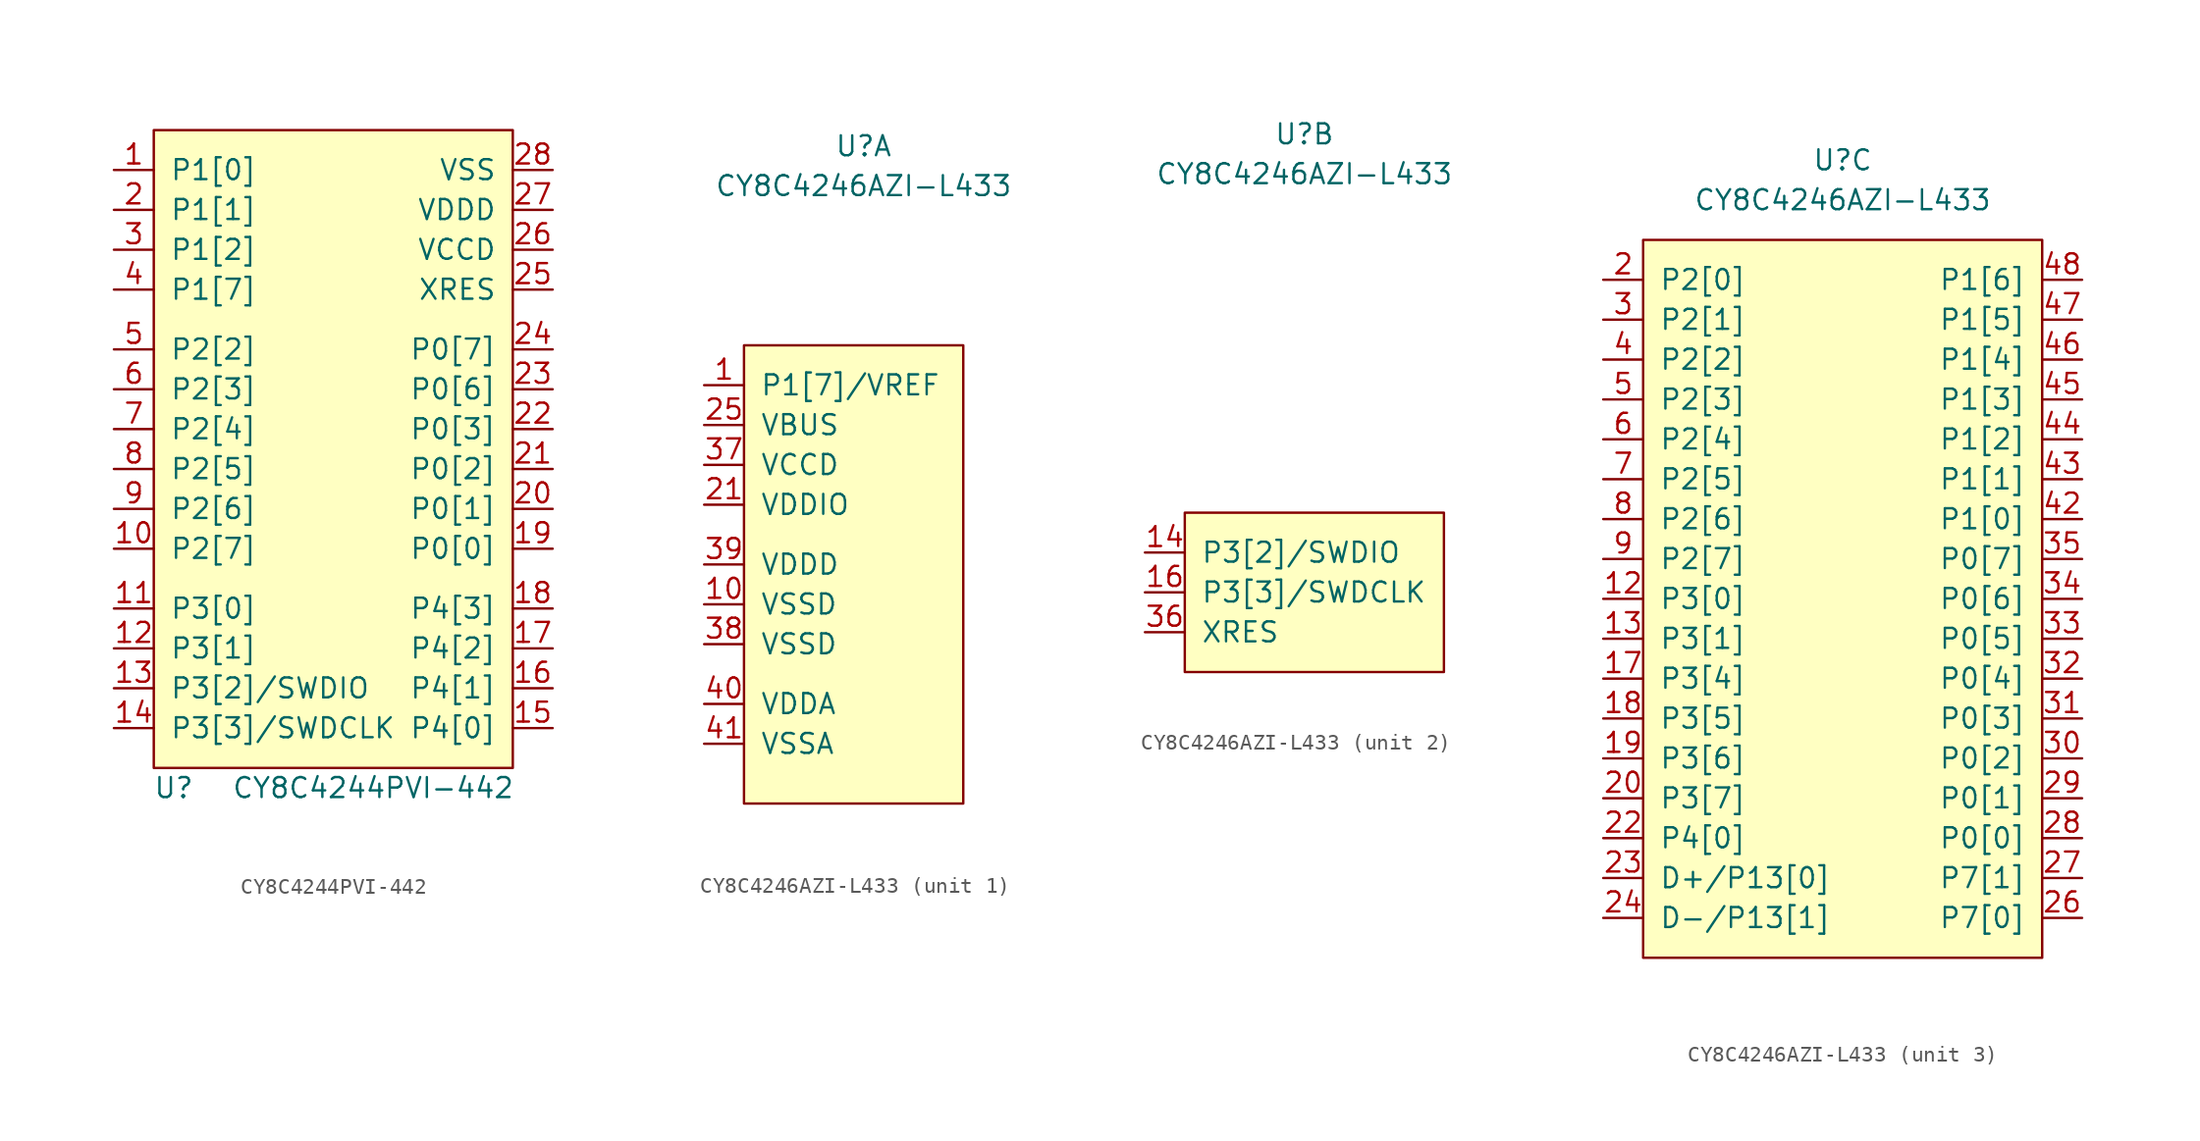
<source format=kicad_sym>
(kicad_symbol_lib
  (version 20211014)
  (generator kicad_symbol_editor)
  (symbol "CY8C4244PVI-442"
    (pin_names
      (offset 1.016))
    (property "Reference" "U"
      (at -10.16 -21.59 0)
      (effects (font (size 1.27 1.27))))
    (property "Value" "CY8C4244PVI-442"
      (at 2.54 -21.59 0)
      (effects (font (size 1.27 1.27))))
    (symbol "CY8C4244PVI-442_0_0"
      (rectangle (start -11.43 20.32) (end 11.43 -20.32) (stroke (width 0) (type default) (color 0 0 0 0)) (fill (type background))))
    (symbol "CY8C4244PVI-442_1_1"
      (pin bidirectional line (at -13.97 17.78 0) (length 2.54) (name "P1[0]" (effects (font (size 1.27 1.27)))) (number "1" (effects (font (size 1.27 1.27)))))
      (pin bidirectional line (at -13.97 -6.35 0) (length 2.54) (name "P2[7]" (effects (font (size 1.27 1.27)))) (number "10" (effects (font (size 1.27 1.27)))))
      (pin bidirectional line (at -13.97 -10.16 0) (length 2.54) (name "P3[0]" (effects (font (size 1.27 1.27)))) (number "11" (effects (font (size 1.27 1.27)))))
      (pin bidirectional line (at -13.97 -12.7 0) (length 2.54) (name "P3[1]" (effects (font (size 1.27 1.27)))) (number "12" (effects (font (size 1.27 1.27)))))
      (pin bidirectional line (at -13.97 -15.24 0) (length 2.54) (name "P3[2]/SWDIO" (effects (font (size 1.27 1.27)))) (number "13" (effects (font (size 1.27 1.27)))))
      (pin bidirectional line (at -13.97 -17.78 0) (length 2.54) (name "P3[3]/SWDCLK" (effects (font (size 1.27 1.27)))) (number "14" (effects (font (size 1.27 1.27)))))
      (pin bidirectional line (at 13.97 -17.78 180) (length 2.54) (name "P4[0]" (effects (font (size 1.27 1.27)))) (number "15" (effects (font (size 1.27 1.27)))))
      (pin bidirectional line (at 13.97 -15.24 180) (length 2.54) (name "P4[1]" (effects (font (size 1.27 1.27)))) (number "16" (effects (font (size 1.27 1.27)))))
      (pin bidirectional line (at 13.97 -12.7 180) (length 2.54) (name "P4[2]" (effects (font (size 1.27 1.27)))) (number "17" (effects (font (size 1.27 1.27)))))
      (pin bidirectional line (at 13.97 -10.16 180) (length 2.54) (name "P4[3]" (effects (font (size 1.27 1.27)))) (number "18" (effects (font (size 1.27 1.27)))))
      (pin bidirectional line (at 13.97 -6.35 180) (length 2.54) (name "P0[0]" (effects (font (size 1.27 1.27)))) (number "19" (effects (font (size 1.27 1.27)))))
      (pin bidirectional line (at -13.97 15.24 0) (length 2.54) (name "P1[1]" (effects (font (size 1.27 1.27)))) (number "2" (effects (font (size 1.27 1.27)))))
      (pin bidirectional line (at 13.97 -3.81 180) (length 2.54) (name "P0[1]" (effects (font (size 1.27 1.27)))) (number "20" (effects (font (size 1.27 1.27)))))
      (pin bidirectional line (at 13.97 -1.27 180) (length 2.54) (name "P0[2]" (effects (font (size 1.27 1.27)))) (number "21" (effects (font (size 1.27 1.27)))))
      (pin bidirectional line (at 13.97 1.27 180) (length 2.54) (name "P0[3]" (effects (font (size 1.27 1.27)))) (number "22" (effects (font (size 1.27 1.27)))))
      (pin bidirectional line (at 13.97 3.81 180) (length 2.54) (name "P0[6]" (effects (font (size 1.27 1.27)))) (number "23" (effects (font (size 1.27 1.27)))))
      (pin bidirectional line (at 13.97 6.35 180) (length 2.54) (name "P0[7]" (effects (font (size 1.27 1.27)))) (number "24" (effects (font (size 1.27 1.27)))))
      (pin input line (at 13.97 10.16 180) (length 2.54) (name "XRES" (effects (font (size 1.27 1.27)))) (number "25" (effects (font (size 1.27 1.27)))))
      (pin power_in line (at 13.97 12.7 180) (length 2.54) (name "VCCD" (effects (font (size 1.27 1.27)))) (number "26" (effects (font (size 1.27 1.27)))))
      (pin power_in line (at 13.97 15.24 180) (length 2.54) (name "VDDD" (effects (font (size 1.27 1.27)))) (number "27" (effects (font (size 1.27 1.27)))))
      (pin power_in line (at 13.97 17.78 180) (length 2.54) (name "VSS" (effects (font (size 1.27 1.27)))) (number "28" (effects (font (size 1.27 1.27)))))
      (pin bidirectional line (at -13.97 12.7 0) (length 2.54) (name "P1[2]" (effects (font (size 1.27 1.27)))) (number "3" (effects (font (size 1.27 1.27)))))
      (pin bidirectional line (at -13.97 10.16 0) (length 2.54) (name "P1[7]" (effects (font (size 1.27 1.27)))) (number "4" (effects (font (size 1.27 1.27)))))
      (pin bidirectional line (at -13.97 6.35 0) (length 2.54) (name "P2[2]" (effects (font (size 1.27 1.27)))) (number "5" (effects (font (size 1.27 1.27)))))
      (pin bidirectional line (at -13.97 3.81 0) (length 2.54) (name "P2[3]" (effects (font (size 1.27 1.27)))) (number "6" (effects (font (size 1.27 1.27)))))
      (pin bidirectional line (at -13.97 1.27 0) (length 2.54) (name "P2[4]" (effects (font (size 1.27 1.27)))) (number "7" (effects (font (size 1.27 1.27)))))
      (pin bidirectional line (at -13.97 -1.27 0) (length 2.54) (name "P2[5]" (effects (font (size 1.27 1.27)))) (number "8" (effects (font (size 1.27 1.27)))))
      (pin bidirectional line (at -13.97 -3.81 0) (length 2.54) (name "P2[6]" (effects (font (size 1.27 1.27)))) (number "9" (effects (font (size 1.27 1.27)))))))
  (symbol "CY8C4246AZI-L433"
    (pin_names
      (offset 1.016))
    (property "Reference" "U"
      (at 0 29.21 0)
      (effects (font (size 1.27 1.27))))
    (property "Value" "CY8C4246AZI-L433"
      (at 0 26.67 0)
      (effects (font (size 1.27 1.27))))
    (symbol "CY8C4246AZI-L433_1_1"
      (rectangle (start -7.62 -12.7) (end 6.35 16.51) (stroke (width 0) (type default) (color 0 0 0 0)) (fill (type background)))
      (pin bidirectional line (at -10.16 13.97 0) (length 2.54) (name "P1[7]/VREF" (effects (font (size 1.27 1.27)))) (number "1" (effects (font (size 1.27 1.27)))))
      (pin power_in line (at -10.16 0 0) (length 2.54) (name "VSSD" (effects (font (size 1.27 1.27)))) (number "10" (effects (font (size 1.27 1.27)))))
      (pin no_connect line (at -10.16 -10.16 0) (length 2.54) hide (name "NC" (effects (font (size 1.27 1.27)))) (number "11" (effects (font (size 1.27 1.27)))))
      (pin no_connect line (at -10.16 -11.43 0) (length 2.54) hide (name "NC" (effects (font (size 1.27 1.27)))) (number "15" (effects (font (size 1.27 1.27)))))
      (pin power_in line (at -10.16 6.35 0) (length 2.54) (name "VDDIO" (effects (font (size 1.27 1.27)))) (number "21" (effects (font (size 1.27 1.27)))))
      (pin power_in line (at -10.16 11.43 0) (length 2.54) (name "VBUS" (effects (font (size 1.27 1.27)))) (number "25" (effects (font (size 1.27 1.27)))))
      (pin power_in line (at -10.16 8.89 0) (length 2.54) (name "VCCD" (effects (font (size 1.27 1.27)))) (number "37" (effects (font (size 1.27 1.27)))))
      (pin power_in line (at -10.16 -2.54 0) (length 2.54) (name "VSSD" (effects (font (size 1.27 1.27)))) (number "38" (effects (font (size 1.27 1.27)))))
      (pin power_in line (at -10.16 2.54 0) (length 2.54) (name "VDDD" (effects (font (size 1.27 1.27)))) (number "39" (effects (font (size 1.27 1.27)))))
      (pin power_in line (at -10.16 -6.35 0) (length 2.54) (name "VDDA" (effects (font (size 1.27 1.27)))) (number "40" (effects (font (size 1.27 1.27)))))
      (pin power_in line (at -10.16 -8.89 0) (length 2.54) (name "VSSA" (effects (font (size 1.27 1.27)))) (number "41" (effects (font (size 1.27 1.27))))))
    (symbol "CY8C4246AZI-L433_2_1"
      (rectangle (start -7.62 -5.08) (end 8.89 5.08) (stroke (width 0) (type default) (color 0 0 0 0)) (fill (type background)))
      (pin bidirectional line (at -10.16 2.54 0) (length 2.54) (name "P3[2]/SWDIO" (effects (font (size 1.27 1.27)))) (number "14" (effects (font (size 1.27 1.27)))))
      (pin bidirectional line (at -10.16 0 0) (length 2.54) (name "P3[3]/SWDCLK" (effects (font (size 1.27 1.27)))) (number "16" (effects (font (size 1.27 1.27)))))
      (pin input line (at -10.16 -2.54 0) (length 2.54) (name "XRES" (effects (font (size 1.27 1.27)))) (number "36" (effects (font (size 1.27 1.27))))))
    (symbol "CY8C4246AZI-L433_3_1"
      (rectangle (start -12.7 -21.59) (end 12.7 24.13) (stroke (width 0) (type default) (color 0 0 0 0)) (fill (type background)))
      (pin bidirectional line (at -15.24 1.27 0) (length 2.54) (name "P3[0]" (effects (font (size 1.27 1.27)))) (number "12" (effects (font (size 1.27 1.27)))))
      (pin bidirectional line (at -15.24 -1.27 0) (length 2.54) (name "P3[1]" (effects (font (size 1.27 1.27)))) (number "13" (effects (font (size 1.27 1.27)))))
      (pin bidirectional line (at -15.24 -3.81 0) (length 2.54) (name "P3[4]" (effects (font (size 1.27 1.27)))) (number "17" (effects (font (size 1.27 1.27)))))
      (pin bidirectional line (at -15.24 -6.35 0) (length 2.54) (name "P3[5]" (effects (font (size 1.27 1.27)))) (number "18" (effects (font (size 1.27 1.27)))))
      (pin bidirectional line (at -15.24 -8.89 0) (length 2.54) (name "P3[6]" (effects (font (size 1.27 1.27)))) (number "19" (effects (font (size 1.27 1.27)))))
      (pin bidirectional line (at -15.24 21.59 0) (length 2.54) (name "P2[0]" (effects (font (size 1.27 1.27)))) (number "2" (effects (font (size 1.27 1.27)))))
      (pin bidirectional line (at -15.24 -11.43 0) (length 2.54) (name "P3[7]" (effects (font (size 1.27 1.27)))) (number "20" (effects (font (size 1.27 1.27)))))
      (pin bidirectional line (at -15.24 -13.97 0) (length 2.54) (name "P4[0]" (effects (font (size 1.27 1.27)))) (number "22" (effects (font (size 1.27 1.27)))))
      (pin bidirectional line (at -15.24 -16.51 0) (length 2.54) (name "D+/P13[0]" (effects (font (size 1.27 1.27)))) (number "23" (effects (font (size 1.27 1.27)))))
      (pin bidirectional line (at -15.24 -19.05 0) (length 2.54) (name "D-/P13[1]" (effects (font (size 1.27 1.27)))) (number "24" (effects (font (size 1.27 1.27)))))
      (pin bidirectional line (at 15.24 -19.05 180) (length 2.54) (name "P7[0]" (effects (font (size 1.27 1.27)))) (number "26" (effects (font (size 1.27 1.27)))))
      (pin bidirectional line (at 15.24 -16.51 180) (length 2.54) (name "P7[1]" (effects (font (size 1.27 1.27)))) (number "27" (effects (font (size 1.27 1.27)))))
      (pin bidirectional line (at 15.24 -13.97 180) (length 2.54) (name "P0[0]" (effects (font (size 1.27 1.27)))) (number "28" (effects (font (size 1.27 1.27)))))
      (pin bidirectional line (at 15.24 -11.43 180) (length 2.54) (name "P0[1]" (effects (font (size 1.27 1.27)))) (number "29" (effects (font (size 1.27 1.27)))))
      (pin bidirectional line (at -15.24 19.05 0) (length 2.54) (name "P2[1]" (effects (font (size 1.27 1.27)))) (number "3" (effects (font (size 1.27 1.27)))))
      (pin bidirectional line (at 15.24 -8.89 180) (length 2.54) (name "P0[2]" (effects (font (size 1.27 1.27)))) (number "30" (effects (font (size 1.27 1.27)))))
      (pin bidirectional line (at 15.24 -6.35 180) (length 2.54) (name "P0[3]" (effects (font (size 1.27 1.27)))) (number "31" (effects (font (size 1.27 1.27)))))
      (pin bidirectional line (at 15.24 -3.81 180) (length 2.54) (name "P0[4]" (effects (font (size 1.27 1.27)))) (number "32" (effects (font (size 1.27 1.27)))))
      (pin bidirectional line (at 15.24 -1.27 180) (length 2.54) (name "P0[5]" (effects (font (size 1.27 1.27)))) (number "33" (effects (font (size 1.27 1.27)))))
      (pin bidirectional line (at 15.24 1.27 180) (length 2.54) (name "P0[6]" (effects (font (size 1.27 1.27)))) (number "34" (effects (font (size 1.27 1.27)))))
      (pin bidirectional line (at 15.24 3.81 180) (length 2.54) (name "P0[7]" (effects (font (size 1.27 1.27)))) (number "35" (effects (font (size 1.27 1.27)))))
      (pin bidirectional line (at -15.24 16.51 0) (length 2.54) (name "P2[2]" (effects (font (size 1.27 1.27)))) (number "4" (effects (font (size 1.27 1.27)))))
      (pin bidirectional line (at 15.24 6.35 180) (length 2.54) (name "P1[0]" (effects (font (size 1.27 1.27)))) (number "42" (effects (font (size 1.27 1.27)))))
      (pin bidirectional line (at 15.24 8.89 180) (length 2.54) (name "P1[1]" (effects (font (size 1.27 1.27)))) (number "43" (effects (font (size 1.27 1.27)))))
      (pin bidirectional line (at 15.24 11.43 180) (length 2.54) (name "P1[2]" (effects (font (size 1.27 1.27)))) (number "44" (effects (font (size 1.27 1.27)))))
      (pin bidirectional line (at 15.24 13.97 180) (length 2.54) (name "P1[3]" (effects (font (size 1.27 1.27)))) (number "45" (effects (font (size 1.27 1.27)))))
      (pin bidirectional line (at 15.24 16.51 180) (length 2.54) (name "P1[4]" (effects (font (size 1.27 1.27)))) (number "46" (effects (font (size 1.27 1.27)))))
      (pin bidirectional line (at 15.24 19.05 180) (length 2.54) (name "P1[5]" (effects (font (size 1.27 1.27)))) (number "47" (effects (font (size 1.27 1.27)))))
      (pin bidirectional line (at 15.24 21.59 180) (length 2.54) (name "P1[6]" (effects (font (size 1.27 1.27)))) (number "48" (effects (font (size 1.27 1.27)))))
      (pin bidirectional line (at -15.24 13.97 0) (length 2.54) (name "P2[3]" (effects (font (size 1.27 1.27)))) (number "5" (effects (font (size 1.27 1.27)))))
      (pin bidirectional line (at -15.24 11.43 0) (length 2.54) (name "P2[4]" (effects (font (size 1.27 1.27)))) (number "6" (effects (font (size 1.27 1.27)))))
      (pin bidirectional line (at -15.24 8.89 0) (length 2.54) (name "P2[5]" (effects (font (size 1.27 1.27)))) (number "7" (effects (font (size 1.27 1.27)))))
      (pin bidirectional line (at -15.24 6.35 0) (length 2.54) (name "P2[6]" (effects (font (size 1.27 1.27)))) (number "8" (effects (font (size 1.27 1.27)))))
      (pin bidirectional line (at -15.24 3.81 0) (length 2.54) (name "P2[7]" (effects (font (size 1.27 1.27)))) (number "9" (effects (font (size 1.27 1.27))))))))
</source>
